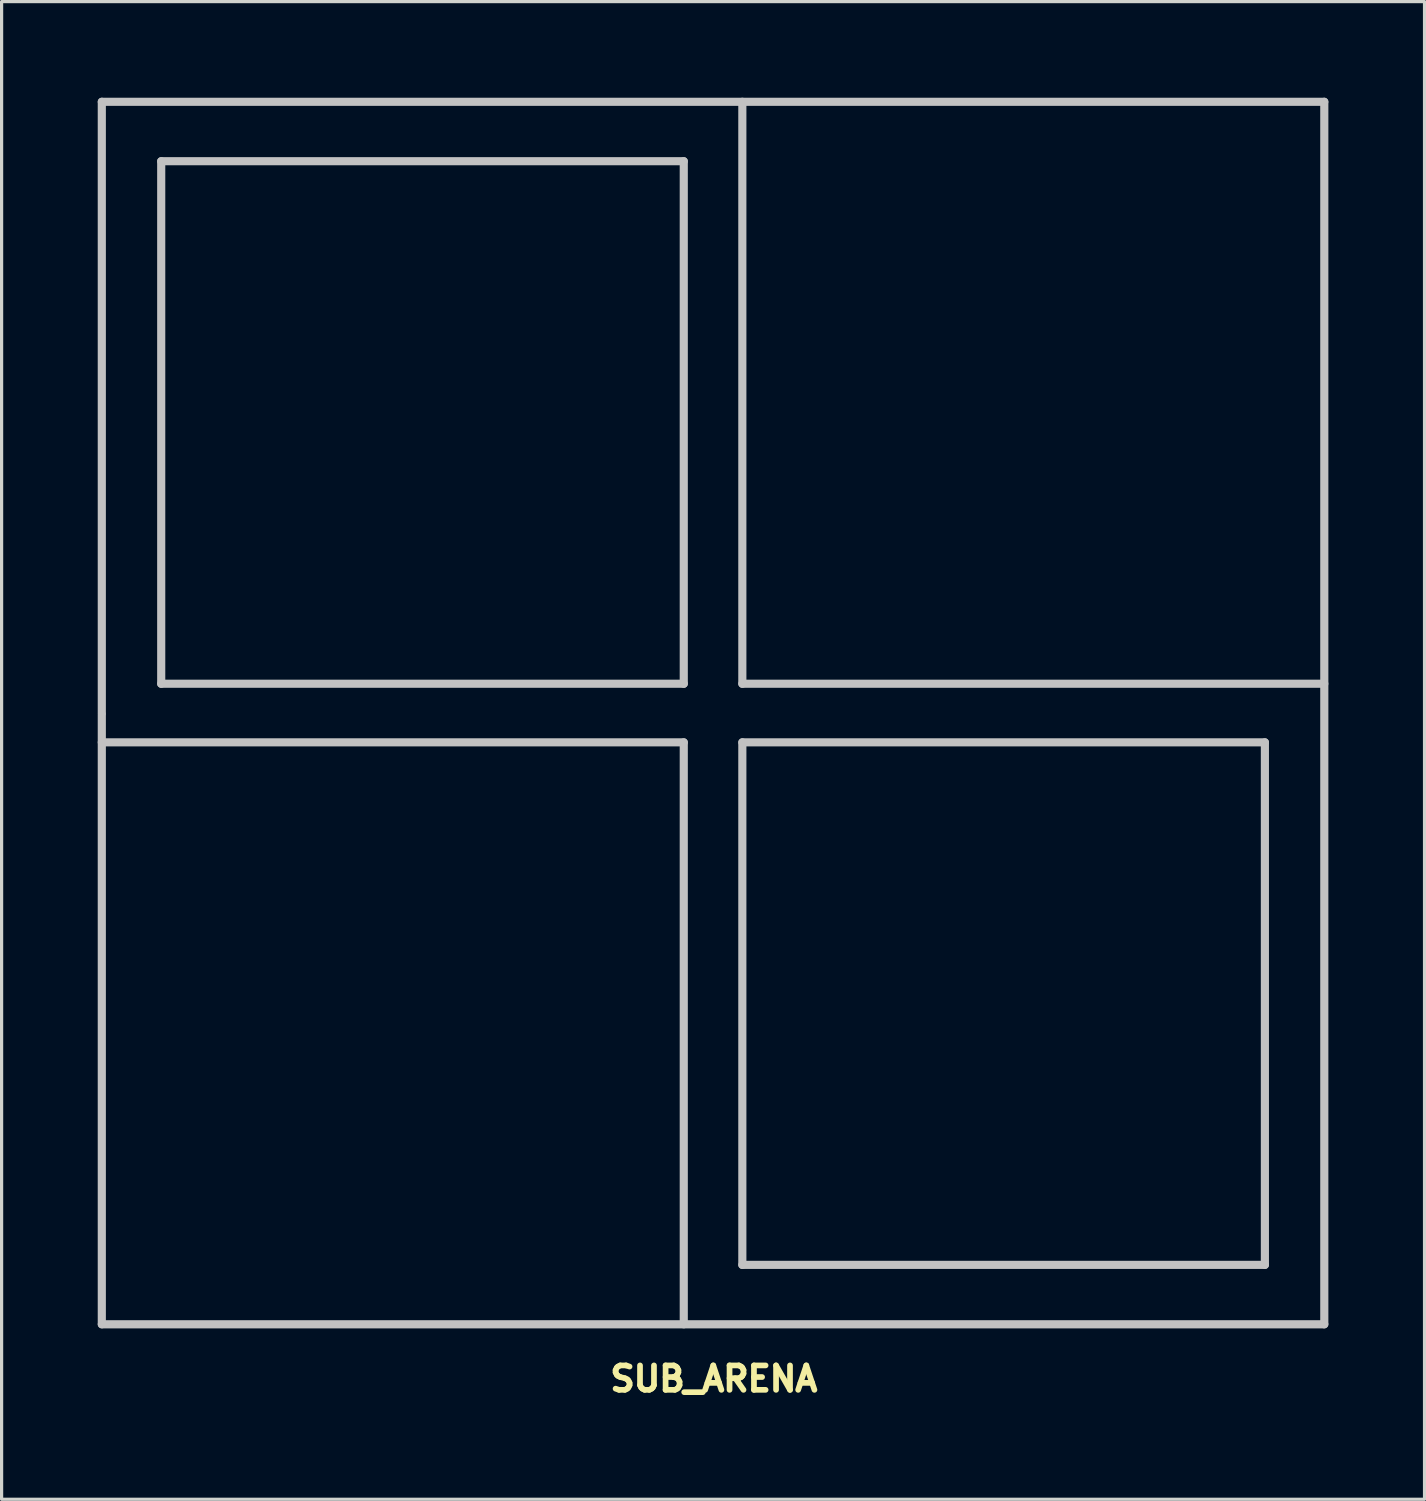
<source format=kicad_pcb>
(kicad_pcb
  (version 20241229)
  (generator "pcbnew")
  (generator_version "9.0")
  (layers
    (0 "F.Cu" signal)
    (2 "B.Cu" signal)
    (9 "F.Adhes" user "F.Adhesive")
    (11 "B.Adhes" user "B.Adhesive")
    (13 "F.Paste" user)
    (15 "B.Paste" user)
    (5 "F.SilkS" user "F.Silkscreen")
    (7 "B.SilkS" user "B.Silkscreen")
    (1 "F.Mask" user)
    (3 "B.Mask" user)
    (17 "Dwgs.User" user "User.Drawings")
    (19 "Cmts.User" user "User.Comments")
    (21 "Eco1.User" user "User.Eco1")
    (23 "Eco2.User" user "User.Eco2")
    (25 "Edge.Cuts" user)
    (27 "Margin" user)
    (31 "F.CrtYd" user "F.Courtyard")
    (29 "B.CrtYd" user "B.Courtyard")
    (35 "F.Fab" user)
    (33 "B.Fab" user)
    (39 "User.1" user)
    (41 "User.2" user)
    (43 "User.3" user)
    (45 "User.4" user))
  (footprint "SUB_ARENA"
    (layer "F.Cu")
    (at 19.202 19.202)
    (property "Reference" "SUB_ARENA" (at 0.025 20.777 0) (layer "F.SilkS") (effects (font (size 0.762 0.762) (thickness 0.178))))
    (attr through_hole)
    (fp_line (start -19.075 -19.075) (end 19.075 -19.075) (stroke (width 0.254) (type solid)) (layer "Dwgs.User"))
    (fp_line (start -19.075 0) (end -19.075 -19.075) (stroke (width 0.254) (type solid)) (layer "Dwgs.User"))
    (fp_line (start -19.075 0.914) (end -0.914 0.914) (stroke (width 0.254) (type solid)) (layer "Dwgs.User"))
    (fp_line (start -19.075 19.075) (end -19.075 0.051) (stroke (width 0.254) (type solid)) (layer "Dwgs.User"))
    (fp_line (start -17.221 -17.221) (end -0.914 -17.221) (stroke (width 0.254) (type solid)) (layer "Dwgs.User"))
    (fp_line (start -17.221 -0.914) (end -17.221 -17.221) (stroke (width 0.254) (type solid)) (layer "Dwgs.User"))
    (fp_line (start -0.914 -17.221) (end -0.914 -0.914) (stroke (width 0.254) (type solid)) (layer "Dwgs.User"))
    (fp_line (start -0.914 -0.914) (end -17.221 -0.914) (stroke (width 0.254) (type solid)) (layer "Dwgs.User"))
    (fp_line (start -0.914 0.914) (end -0.914 19.075) (stroke (width 0.254) (type solid)) (layer "Dwgs.User"))
    (fp_line (start 0.914 -19.075) (end 0.914 -0.914) (stroke (width 0.254) (type solid)) (layer "Dwgs.User"))
    (fp_line (start 0.914 -0.914) (end 19.075 -0.914) (stroke (width 0.254) (type solid)) (layer "Dwgs.User"))
    (fp_line (start 0.914 0.914) (end 17.221 0.914) (stroke (width 0.254) (type solid)) (layer "Dwgs.User"))
    (fp_line (start 0.914 17.221) (end 0.914 0.914) (stroke (width 0.254) (type solid)) (layer "Dwgs.User"))
    (fp_line (start 17.221 0.914) (end 17.221 17.221) (stroke (width 0.254) (type solid)) (layer "Dwgs.User"))
    (fp_line (start 17.221 17.221) (end 0.914 17.221) (stroke (width 0.254) (type solid)) (layer "Dwgs.User"))
    (fp_line (start 19.075 -19.075) (end 19.075 19.075) (stroke (width 0.254) (type solid)) (layer "Dwgs.User"))
    (fp_line (start 19.075 19.075) (end -19.075 19.075) (stroke (width 0.254) (type solid)) (layer "Dwgs.User")))
  (gr_rect
    (start -3 -3)
    (end 41.405 43.737)
    (stroke (width 0.1) (type default))
    (fill no)
    (layer "Edge.Cuts")))
</source>
